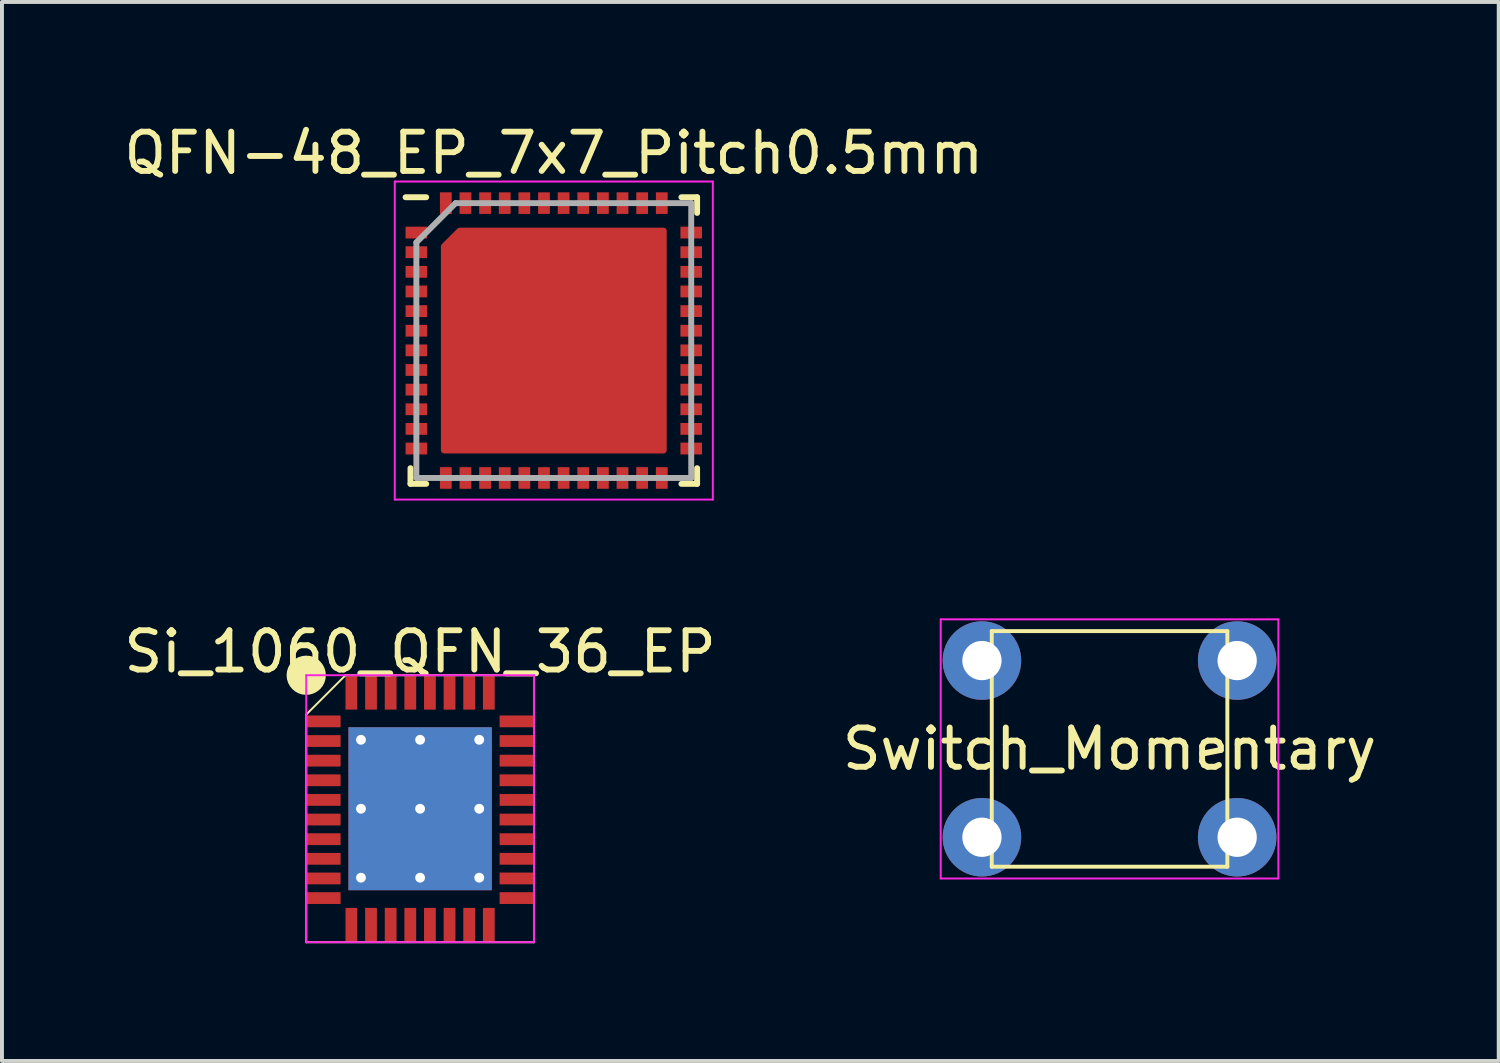
<source format=kicad_pcb>
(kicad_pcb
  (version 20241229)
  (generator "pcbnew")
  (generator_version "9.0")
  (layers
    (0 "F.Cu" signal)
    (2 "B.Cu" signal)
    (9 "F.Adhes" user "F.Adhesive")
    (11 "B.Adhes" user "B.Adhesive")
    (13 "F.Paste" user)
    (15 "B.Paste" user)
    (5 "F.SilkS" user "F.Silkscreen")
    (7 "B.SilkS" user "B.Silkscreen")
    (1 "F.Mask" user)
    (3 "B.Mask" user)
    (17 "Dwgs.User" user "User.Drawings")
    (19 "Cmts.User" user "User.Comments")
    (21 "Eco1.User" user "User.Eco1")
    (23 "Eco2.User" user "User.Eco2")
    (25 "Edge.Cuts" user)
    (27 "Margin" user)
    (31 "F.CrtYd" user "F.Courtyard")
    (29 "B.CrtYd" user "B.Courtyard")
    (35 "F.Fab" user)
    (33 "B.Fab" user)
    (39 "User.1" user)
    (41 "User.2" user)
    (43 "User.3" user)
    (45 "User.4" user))
  (footprint "QFN-48_EP_7x7_Pitch0.5mm"
    (layer "F.Cu")
    (at 11.054 5.623)
    (property "Reference" "QFN-48_EP_7x7_Pitch0.5mm" (at 0 -4.775 0) (layer "F.SilkS") (effects (font (size 1 1) (thickness 0.15))))
    (attr smd)
    (fp_line (start -3.65 3.65) (end -3.65 3.25) (stroke (width 0.15) (type solid)) (layer "F.SilkS"))
    (fp_line (start -3.25 -3.65) (end -3.775 -3.65) (stroke (width 0.15) (type solid)) (layer "F.SilkS"))
    (fp_line (start -3.25 3.65) (end -3.65 3.65) (stroke (width 0.15) (type solid)) (layer "F.SilkS"))
    (fp_line (start 3.25 -3.65) (end 3.65 -3.65) (stroke (width 0.15) (type solid)) (layer "F.SilkS"))
    (fp_line (start 3.25 3.65) (end 3.65 3.65) (stroke (width 0.15) (type solid)) (layer "F.SilkS"))
    (fp_line (start 3.65 -3.65) (end 3.65 -3.25) (stroke (width 0.15) (type solid)) (layer "F.SilkS"))
    (fp_line (start 3.65 3.65) (end 3.65 3.25) (stroke (width 0.15) (type solid)) (layer "F.SilkS"))
    (fp_line (start -4.05 -4.05) (end 4.05 -4.05) (stroke (width 0.05) (type solid)) (layer "F.CrtYd"))
    (fp_line (start -4.05 4.05) (end -4.05 -4.05) (stroke (width 0.05) (type solid)) (layer "F.CrtYd"))
    (fp_line (start 4.05 -4.05) (end 4.05 4.05) (stroke (width 0.05) (type solid)) (layer "F.CrtYd"))
    (fp_line (start 4.05 4.05) (end -4.05 4.05) (stroke (width 0.05) (type solid)) (layer "F.CrtYd"))
    (fp_line (start -3.5 -2.5) (end -3.5 3.5) (stroke (width 0.15) (type solid)) (layer "F.Fab"))
    (fp_line (start -3.5 3.5) (end 3.5 3.5) (stroke (width 0.15) (type solid)) (layer "F.Fab"))
    (fp_line (start -2.5 -3.5) (end -3.5 -2.5) (stroke (width 0.15) (type solid)) (layer "F.Fab"))
    (fp_line (start 3.5 -3.5) (end -2.5 -3.5) (stroke (width 0.15) (type solid)) (layer "F.Fab"))
    (fp_line (start 3.5 3.5) (end 3.5 -3.5) (stroke (width 0.15) (type solid)) (layer "F.Fab"))
    (pad "1" smd rect (at -3.5 -2.75 90) (size 0.3 0.55) (layers "F.Cu" "F.Mask" "F.Paste"))
    (pad "2" smd rect (at -3.5 -2.25 90) (size 0.3 0.55) (layers "F.Cu" "F.Mask" "F.Paste"))
    (pad "3" smd rect (at -3.5 -1.75 90) (size 0.3 0.55) (layers "F.Cu" "F.Mask" "F.Paste"))
    (pad "4" smd rect (at -3.5 -1.25 90) (size 0.3 0.55) (layers "F.Cu" "F.Mask" "F.Paste"))
    (pad "5" smd rect (at -3.5 -0.75 90) (size 0.3 0.55) (layers "F.Cu" "F.Mask" "F.Paste"))
    (pad "6" smd rect (at -3.5 -0.25 90) (size 0.3 0.55) (layers "F.Cu" "F.Mask" "F.Paste"))
    (pad "7" smd rect (at -3.5 0.25 90) (size 0.3 0.55) (layers "F.Cu" "F.Mask" "F.Paste"))
    (pad "8" smd rect (at -3.5 0.75 90) (size 0.3 0.55) (layers "F.Cu" "F.Mask" "F.Paste"))
    (pad "9" smd rect (at -3.5 1.25 90) (size 0.3 0.55) (layers "F.Cu" "F.Mask" "F.Paste"))
    (pad "10" smd rect (at -3.5 1.75 90) (size 0.3 0.55) (layers "F.Cu" "F.Mask" "F.Paste"))
    (pad "11" smd rect (at -3.5 2.25 90) (size 0.3 0.55) (layers "F.Cu" "F.Mask" "F.Paste"))
    (pad "12" smd rect (at -3.5 2.75 90) (size 0.3 0.55) (layers "F.Cu" "F.Mask" "F.Paste"))
    (pad "13" smd rect (at -2.75 3.5) (size 0.3 0.55) (layers "F.Cu" "F.Mask" "F.Paste"))
    (pad "14" smd rect (at -2.25 3.5) (size 0.3 0.55) (layers "F.Cu" "F.Mask" "F.Paste"))
    (pad "15" smd rect (at -1.75 3.5) (size 0.3 0.55) (layers "F.Cu" "F.Mask" "F.Paste"))
    (pad "16" smd rect (at -1.25 3.5) (size 0.3 0.55) (layers "F.Cu" "F.Mask" "F.Paste"))
    (pad "17" smd rect (at -0.75 3.5) (size 0.3 0.55) (layers "F.Cu" "F.Mask" "F.Paste"))
    (pad "18" smd rect (at -0.25 3.5) (size 0.3 0.55) (layers "F.Cu" "F.Mask" "F.Paste"))
    (pad "19" smd rect (at 0.25 3.5) (size 0.3 0.55) (layers "F.Cu" "F.Mask" "F.Paste"))
    (pad "20" smd rect (at 0.75 3.5) (size 0.3 0.55) (layers "F.Cu" "F.Mask" "F.Paste"))
    (pad "21" smd rect (at 1.25 3.5) (size 0.3 0.55) (layers "F.Cu" "F.Mask" "F.Paste"))
    (pad "22" smd rect (at 1.75 3.5) (size 0.3 0.55) (layers "F.Cu" "F.Mask" "F.Paste"))
    (pad "23" smd rect (at 2.25 3.5) (size 0.3 0.55) (layers "F.Cu" "F.Mask" "F.Paste"))
    (pad "24" smd rect (at 2.75 3.5) (size 0.3 0.55) (layers "F.Cu" "F.Mask" "F.Paste"))
    (pad "25" smd rect (at 3.5 2.75 90) (size 0.3 0.55) (layers "F.Cu" "F.Mask" "F.Paste"))
    (pad "26" smd rect (at 3.5 2.25 90) (size 0.3 0.55) (layers "F.Cu" "F.Mask" "F.Paste"))
    (pad "27" smd rect (at 3.5 1.75 90) (size 0.3 0.55) (layers "F.Cu" "F.Mask" "F.Paste"))
    (pad "28" smd rect (at 3.5 1.25 90) (size 0.3 0.55) (layers "F.Cu" "F.Mask" "F.Paste"))
    (pad "29" smd rect (at 3.5 0.75 90) (size 0.3 0.55) (layers "F.Cu" "F.Mask" "F.Paste"))
    (pad "30" smd rect (at 3.5 0.25 90) (size 0.3 0.55) (layers "F.Cu" "F.Mask" "F.Paste"))
    (pad "31" smd rect (at 3.5 -0.25 90) (size 0.3 0.55) (layers "F.Cu" "F.Mask" "F.Paste"))
    (pad "32" smd rect (at 3.5 -0.75 90) (size 0.3 0.55) (layers "F.Cu" "F.Mask" "F.Paste"))
    (pad "33" smd rect (at 3.5 -1.25 90) (size 0.3 0.55) (layers "F.Cu" "F.Mask" "F.Paste"))
    (pad "34" smd rect (at 3.5 -1.75 90) (size 0.3 0.55) (layers "F.Cu" "F.Mask" "F.Paste"))
    (pad "35" smd rect (at 3.5 -2.25 90) (size 0.3 0.55) (layers "F.Cu" "F.Mask" "F.Paste"))
    (pad "36" smd rect (at 3.5 -2.75 90) (size 0.3 0.55) (layers "F.Cu" "F.Mask" "F.Paste"))
    (pad "37" smd rect (at 2.75 -3.5) (size 0.3 0.55) (layers "F.Cu" "F.Mask" "F.Paste"))
    (pad "38" smd rect (at 2.25 -3.5) (size 0.3 0.55) (layers "F.Cu" "F.Mask" "F.Paste"))
    (pad "39" smd rect (at 1.75 -3.5) (size 0.3 0.55) (layers "F.Cu" "F.Mask" "F.Paste"))
    (pad "40" smd rect (at 1.25 -3.5) (size 0.3 0.55) (layers "F.Cu" "F.Mask" "F.Paste"))
    (pad "41" smd rect (at 0.75 -3.5) (size 0.3 0.55) (layers "F.Cu" "F.Mask" "F.Paste"))
    (pad "42" smd rect (at 0.25 -3.5) (size 0.3 0.55) (layers "F.Cu" "F.Mask" "F.Paste"))
    (pad "43" smd rect (at -0.25 -3.5) (size 0.3 0.55) (layers "F.Cu" "F.Mask" "F.Paste"))
    (pad "44" smd rect (at -0.75 -3.5) (size 0.3 0.55) (layers "F.Cu" "F.Mask" "F.Paste"))
    (pad "45" smd rect (at -1.25 -3.5) (size 0.3 0.55) (layers "F.Cu" "F.Mask" "F.Paste"))
    (pad "46" smd rect (at -1.75 -3.5) (size 0.3 0.55) (layers "F.Cu" "F.Mask" "F.Paste"))
    (pad "47" smd rect (at -2.25 -3.5) (size 0.3 0.55) (layers "F.Cu" "F.Mask" "F.Paste"))
    (pad "48" smd rect (at -2.75 -3.5) (size 0.3 0.55) (layers "F.Cu" "F.Mask" "F.Paste"))
    (pad "E_PAD" smd custom (at 0 0) (size 2.8 2.8) (layers "F.Cu" "F.Mask" "F.Paste") (options (anchor rect)) (primitives (gr_poly (pts (xy -2.8 -2.4) (xy -2.4 -2.8) (xy 2.8 -2.8) (xy 2.8 2.8) (xy -2.8 2.8)) (width 0.15) (fill yes)))))
  (footprint "Switch_Momentary"
    (layer "F.Cu")
    (at 25.208 16.023)
    (property "Reference" "Switch_Momentary" (at 0 0 0) (layer "F.SilkS") (effects (font (size 1 1) (thickness 0.15))))
    (attr through_hole)
    (fp_line (start -3 -3) (end 3 -3) (stroke (width 0.1) (type solid)) (layer "F.SilkS"))
    (fp_line (start -3 3) (end -3 -3) (stroke (width 0.1) (type solid)) (layer "F.SilkS"))
    (fp_line (start 3 -3) (end 3 3) (stroke (width 0.1) (type solid)) (layer "F.SilkS"))
    (fp_line (start 3 3) (end -3 3) (stroke (width 0.1) (type solid)) (layer "F.SilkS"))
    (fp_line (start -4.3 -3.3) (end -4.3 3.3) (stroke (width 0.05) (type solid)) (layer "F.CrtYd"))
    (fp_line (start -4.3 3.3) (end 4.3 3.3) (stroke (width 0.05) (type solid)) (layer "F.CrtYd"))
    (fp_line (start 4.3 -3.3) (end -4.3 -3.3) (stroke (width 0.05) (type solid)) (layer "F.CrtYd"))
    (fp_line (start 4.3 3.3) (end 4.3 -3.3) (stroke (width 0.05) (type solid)) (layer "F.CrtYd"))
    (pad "1" thru_hole circle (at -3.25 -2.25) (size 2 2) (drill 1) (layers "*.Cu" "*.Mask"))
    (pad "2" thru_hole circle (at 3.25 2.25) (size 2 2) (drill 1) (layers "*.Cu" "*.Mask"))
    (pad "3" thru_hole circle (at 3.25 -2.25) (size 2 2) (drill 1) (layers "*.Cu" "*.Mask"))
    (pad "4" thru_hole circle (at -3.25 2.25) (size 2 2) (drill 1) (layers "*.Cu" "*.Mask")))
  (footprint "Si_1060_QFN_36_EP"
    (layer "F.Cu")
    (at 7.649 17.547)
    (property "Reference" "Si_1060_QFN_36_EP" (at 0 -4 0) (layer "F.SilkS") (effects (font (size 1 1) (thickness 0.15))))
    (attr through_hole)
    (fp_line (start -2.9 3.4) (end -2.9 -2.4) (stroke (width 0.05) (type solid)) (layer "F.SilkS"))
    (fp_line (start -1.9 -3.4) (end -2.9 -2.4) (stroke (width 0.05) (type solid)) (layer "F.SilkS"))
    (fp_line (start 2.9 -3.4) (end -1.9 -3.4) (stroke (width 0.05) (type solid)) (layer "F.SilkS"))
    (fp_line (start 2.9 3.4) (end -2.9 3.4) (stroke (width 0.05) (type solid)) (layer "F.SilkS"))
    (fp_line (start 2.9 3.4) (end 2.9 -3.4) (stroke (width 0.05) (type solid)) (layer "F.SilkS"))
    (fp_circle (center -2.9 -3.4) (end -2.9 -3.4) (stroke (width 0.5) (type solid)) (fill no) (layer "F.SilkS"))
    (fp_line (start -2.9 -3.4) (end -2.9 3.4) (stroke (width 0.05) (type solid)) (layer "F.CrtYd"))
    (fp_line (start -2.9 3.4) (end 2.9 3.4) (stroke (width 0.05) (type solid)) (layer "F.CrtYd"))
    (fp_line (start 2.9 -3.4) (end -2.9 -3.4) (stroke (width 0.05) (type solid)) (layer "F.CrtYd"))
    (fp_line (start 2.9 3.4) (end 2.9 -3.4) (stroke (width 0.05) (type solid)) (layer "F.CrtYd"))
    (pad "" smd roundrect (at -0.753 -0.878 180) (size 1.3 1.55) (layers "F.Paste") (roundrect_rratio 0.192))
    (pad "" smd roundrect (at -0.753 0.878 180) (size 1.3 1.55) (layers "F.Paste") (roundrect_rratio 0.192))
    (pad "" smd roundrect (at 0.753 -0.878 180) (size 1.3 1.55) (layers "F.Paste") (roundrect_rratio 0.192))
    (pad "" smd roundrect (at 0.753 0.878 180) (size 1.3 1.55) (layers "F.Paste") (roundrect_rratio 0.192))
    (pad "1" smd rect (at -2.45 -2.225 90) (size 0.3 0.85) (layers "F.Cu" "F.Mask" "F.Paste"))
    (pad "2" smd rect (at -2.45 -1.725 90) (size 0.3 0.85) (layers "F.Cu" "F.Mask" "F.Paste"))
    (pad "3" smd rect (at -2.45 -1.225 90) (size 0.3 0.85) (layers "F.Cu" "F.Mask" "F.Paste"))
    (pad "4" smd rect (at -2.45 -0.725 90) (size 0.3 0.85) (layers "F.Cu" "F.Mask" "F.Paste"))
    (pad "5" smd rect (at -2.45 -0.225 90) (size 0.3 0.85) (layers "F.Cu" "F.Mask" "F.Paste"))
    (pad "6" smd rect (at -2.45 0.275 90) (size 0.3 0.85) (layers "F.Cu" "F.Mask" "F.Paste"))
    (pad "7" smd rect (at -2.45 0.775 90) (size 0.3 0.85) (layers "F.Cu" "F.Mask" "F.Paste"))
    (pad "8" smd rect (at -2.45 1.275 90) (size 0.3 0.85) (layers "F.Cu" "F.Mask" "F.Paste"))
    (pad "9" smd rect (at -2.45 1.775 90) (size 0.3 0.85) (layers "F.Cu" "F.Mask" "F.Paste"))
    (pad "10" smd rect (at -2.45 2.275 90) (size 0.3 0.85) (layers "F.Cu" "F.Mask" "F.Paste"))
    (pad "11" smd rect (at -1.75 2.95 180) (size 0.3 0.85) (layers "F.Cu" "F.Mask" "F.Paste"))
    (pad "12" smd rect (at -1.25 2.95 180) (size 0.3 0.85) (layers "F.Cu" "F.Mask" "F.Paste"))
    (pad "13" smd rect (at -0.75 2.95 180) (size 0.3 0.85) (layers "F.Cu" "F.Mask" "F.Paste"))
    (pad "14" smd rect (at -0.25 2.95 180) (size 0.3 0.85) (layers "F.Cu" "F.Mask" "F.Paste"))
    (pad "15" smd rect (at 0.25 2.95 180) (size 0.3 0.85) (layers "F.Cu" "F.Mask" "F.Paste"))
    (pad "16" smd rect (at 0.75 2.95 180) (size 0.3 0.85) (layers "F.Cu" "F.Mask" "F.Paste"))
    (pad "17" smd rect (at 1.25 2.95 180) (size 0.3 0.85) (layers "F.Cu" "F.Mask" "F.Paste"))
    (pad "18" smd rect (at 1.75 2.95 180) (size 0.3 0.85) (layers "F.Cu" "F.Mask" "F.Paste"))
    (pad "19" smd rect (at 2.45 2.275 270) (size 0.3 0.85) (layers "F.Cu" "F.Mask" "F.Paste"))
    (pad "20" smd rect (at 2.45 1.775 270) (size 0.3 0.85) (layers "F.Cu" "F.Mask" "F.Paste"))
    (pad "21" smd rect (at 2.45 1.275 270) (size 0.3 0.85) (layers "F.Cu" "F.Mask" "F.Paste"))
    (pad "22" smd rect (at 2.45 0.775 270) (size 0.3 0.85) (layers "F.Cu" "F.Mask" "F.Paste"))
    (pad "23" smd rect (at 2.45 0.275 270) (size 0.3 0.85) (layers "F.Cu" "F.Mask" "F.Paste"))
    (pad "24" smd rect (at 2.45 -0.225 270) (size 0.3 0.85) (layers "F.Cu" "F.Mask" "F.Paste"))
    (pad "25" smd rect (at 2.45 -0.725 270) (size 0.3 0.85) (layers "F.Cu" "F.Mask" "F.Paste"))
    (pad "26" smd rect (at 2.45 -1.225 270) (size 0.3 0.85) (layers "F.Cu" "F.Mask" "F.Paste"))
    (pad "27" smd rect (at 2.45 -1.725 270) (size 0.3 0.85) (layers "F.Cu" "F.Mask" "F.Paste"))
    (pad "28" smd rect (at 2.45 -2.225 270) (size 0.3 0.85) (layers "F.Cu" "F.Mask" "F.Paste"))
    (pad "29" smd rect (at 1.75 -2.95 180) (size 0.3 0.85) (layers "F.Cu" "F.Mask" "F.Paste"))
    (pad "30" smd rect (at 1.25 -2.95 180) (size 0.3 0.85) (layers "F.Cu" "F.Mask" "F.Paste"))
    (pad "31" smd rect (at 0.75 -2.95 180) (size 0.3 0.85) (layers "F.Cu" "F.Mask" "F.Paste"))
    (pad "32" smd rect (at 0.25 -2.95 180) (size 0.3 0.85) (layers "F.Cu" "F.Mask" "F.Paste"))
    (pad "33" smd rect (at -0.25 -2.95 180) (size 0.3 0.85) (layers "F.Cu" "F.Mask" "F.Paste"))
    (pad "34" smd rect (at -0.75 -2.95 180) (size 0.3 0.85) (layers "F.Cu" "F.Mask" "F.Paste"))
    (pad "35" smd rect (at -1.25 -2.95 180) (size 0.3 0.85) (layers "F.Cu" "F.Mask" "F.Paste"))
    (pad "36" smd rect (at -1.75 -2.95 180) (size 0.3 0.85) (layers "F.Cu" "F.Mask" "F.Paste"))
    (pad "37" thru_hole circle (at -1.506 -1.756 180) (size 0.3 0.3) (drill 0.25) (layers "*.Cu" "*.Mask"))
    (pad "37" thru_hole circle (at -1.506 0 180) (size 0.3 0.3) (drill 0.25) (layers "*.Cu" "*.Mask"))
    (pad "37" thru_hole circle (at -1.506 1.756 180) (size 0.3 0.3) (drill 0.25) (layers "*.Cu" "*.Mask"))
    (pad "37" thru_hole circle (at 0 -1.756 180) (size 0.3 0.3) (drill 0.25) (layers "*.Cu" "*.Mask"))
    (pad "37" thru_hole circle (at 0 0 180) (size 0.3 0.3) (drill 0.25) (layers "*.Cu" "*.Mask"))
    (pad "37" smd rect (at 0 0 180) (size 3.65 4.15) (layers "F.Cu" "F.Mask"))
    (pad "37" smd rect (at 0 0 180) (size 3.65 4.15) (layers "B.Cu" "B.Mask"))
    (pad "37" thru_hole circle (at 0 1.756 180) (size 0.3 0.3) (drill 0.25) (layers "*.Cu" "*.Mask"))
    (pad "37" thru_hole circle (at 1.506 -1.756 180) (size 0.3 0.3) (drill 0.25) (layers "*.Cu" "*.Mask"))
    (pad "37" thru_hole circle (at 1.506 0 180) (size 0.3 0.3) (drill 0.25) (layers "*.Cu" "*.Mask"))
    (pad "37" thru_hole circle (at 1.506 1.756 180) (size 0.3 0.3) (drill 0.25) (layers "*.Cu" "*.Mask")))
  (gr_rect
    (start -3 -3)
    (end 35.119 23.971)
    (stroke (width 0.1) (type default))
    (fill no)
    (layer "Edge.Cuts")))
</source>
